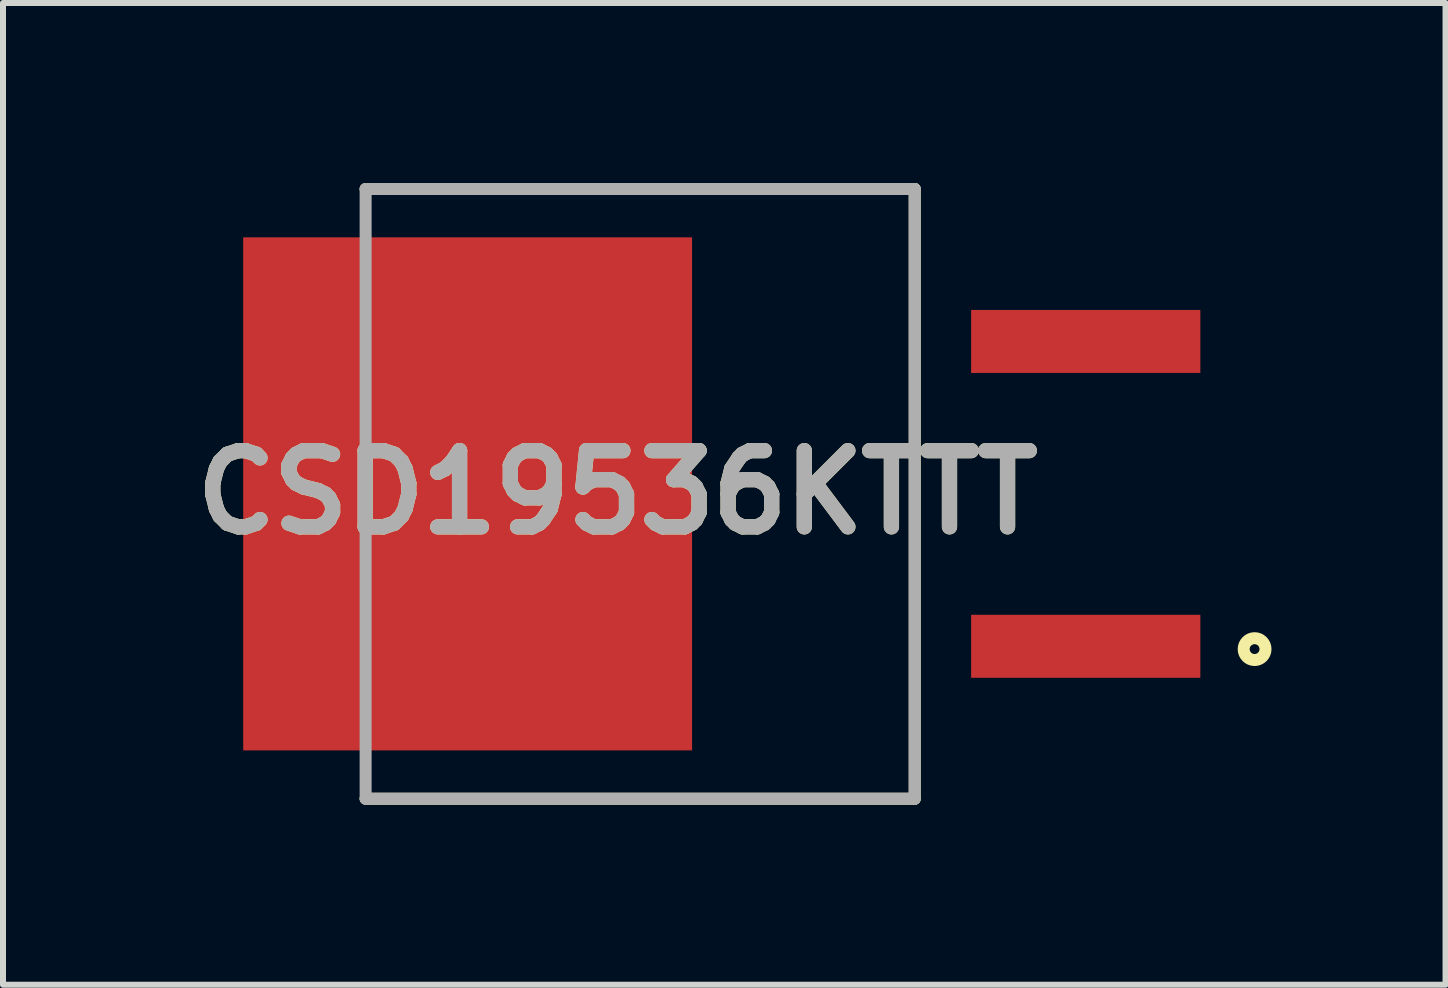
<source format=kicad_pcb>
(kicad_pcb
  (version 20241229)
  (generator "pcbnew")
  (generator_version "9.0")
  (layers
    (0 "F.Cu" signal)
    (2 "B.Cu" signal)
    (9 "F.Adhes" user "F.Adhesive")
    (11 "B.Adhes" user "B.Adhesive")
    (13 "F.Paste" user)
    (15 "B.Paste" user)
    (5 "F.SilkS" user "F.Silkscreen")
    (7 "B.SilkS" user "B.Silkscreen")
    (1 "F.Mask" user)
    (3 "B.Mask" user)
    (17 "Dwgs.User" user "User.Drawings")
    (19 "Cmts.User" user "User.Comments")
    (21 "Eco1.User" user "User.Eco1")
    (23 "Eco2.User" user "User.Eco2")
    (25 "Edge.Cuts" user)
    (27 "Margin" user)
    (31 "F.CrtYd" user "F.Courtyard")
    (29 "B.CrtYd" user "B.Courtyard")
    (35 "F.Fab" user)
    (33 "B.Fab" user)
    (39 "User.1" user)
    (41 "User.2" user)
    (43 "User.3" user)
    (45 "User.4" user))
  (footprint "CSD19536KTTT"
    (layer "F.Cu")
    (at 3.043 5.18)
    (property "Reference" "CSD19536KTTT" (at 4.196 -0.025 0) (layer "F.SilkS") (effects (font (size 1.27 1.27) (thickness 0.254))))
    (attr smd)
    (fp_line (start 0 -5.08) (end 9.15 -5.08) (stroke (width 0.2) (type solid)) (layer "F.SilkS"))
    (fp_line (start 9.15 -5.08) (end 9.15 5.08) (stroke (width 0.2) (type solid)) (layer "F.SilkS"))
    (fp_line (start 9.15 5.08) (end 0 5.08) (stroke (width 0.2) (type solid)) (layer "F.SilkS"))
    (fp_circle (center 14.814 2.587) (end 14.814 2.669) (stroke (width 0.2) (type solid)) (fill no) (layer "F.SilkS"))
    (fp_line (start 0 -5.08) (end 9.15 -5.08) (stroke (width 0.2) (type solid)) (layer "F.Fab"))
    (fp_line (start 0 5.08) (end 0 -5.08) (stroke (width 0.2) (type solid)) (layer "F.Fab"))
    (fp_line (start 9.15 -5.08) (end 9.15 5.08) (stroke (width 0.2) (type solid)) (layer "F.Fab"))
    (fp_line (start 9.15 5.08) (end 0 5.08) (stroke (width 0.2) (type solid)) (layer "F.Fab"))
    (fp_text user "${REFERENCE}" (at 4.196 -0.025 0) (layer "F.Fab") (effects (font (size 1.27 1.27) (thickness 0.254))))
    (pad "1" smd rect (at 12 2.54 90) (size 1.05 3.82) (layers "F.Cu" "F.Mask" "F.Paste"))
    (pad "2" smd rect (at 1.7 0) (size 7.48 8.55) (layers "F.Cu" "F.Mask" "F.Paste"))
    (pad "3" smd rect (at 12 -2.54 90) (size 1.05 3.82) (layers "F.Cu" "F.Mask" "F.Paste")))
  (gr_rect
    (start -3 -3)
    (end 21.039 13.36)
    (stroke (width 0.1) (type default))
    (fill no)
    (layer "Edge.Cuts")))
</source>
